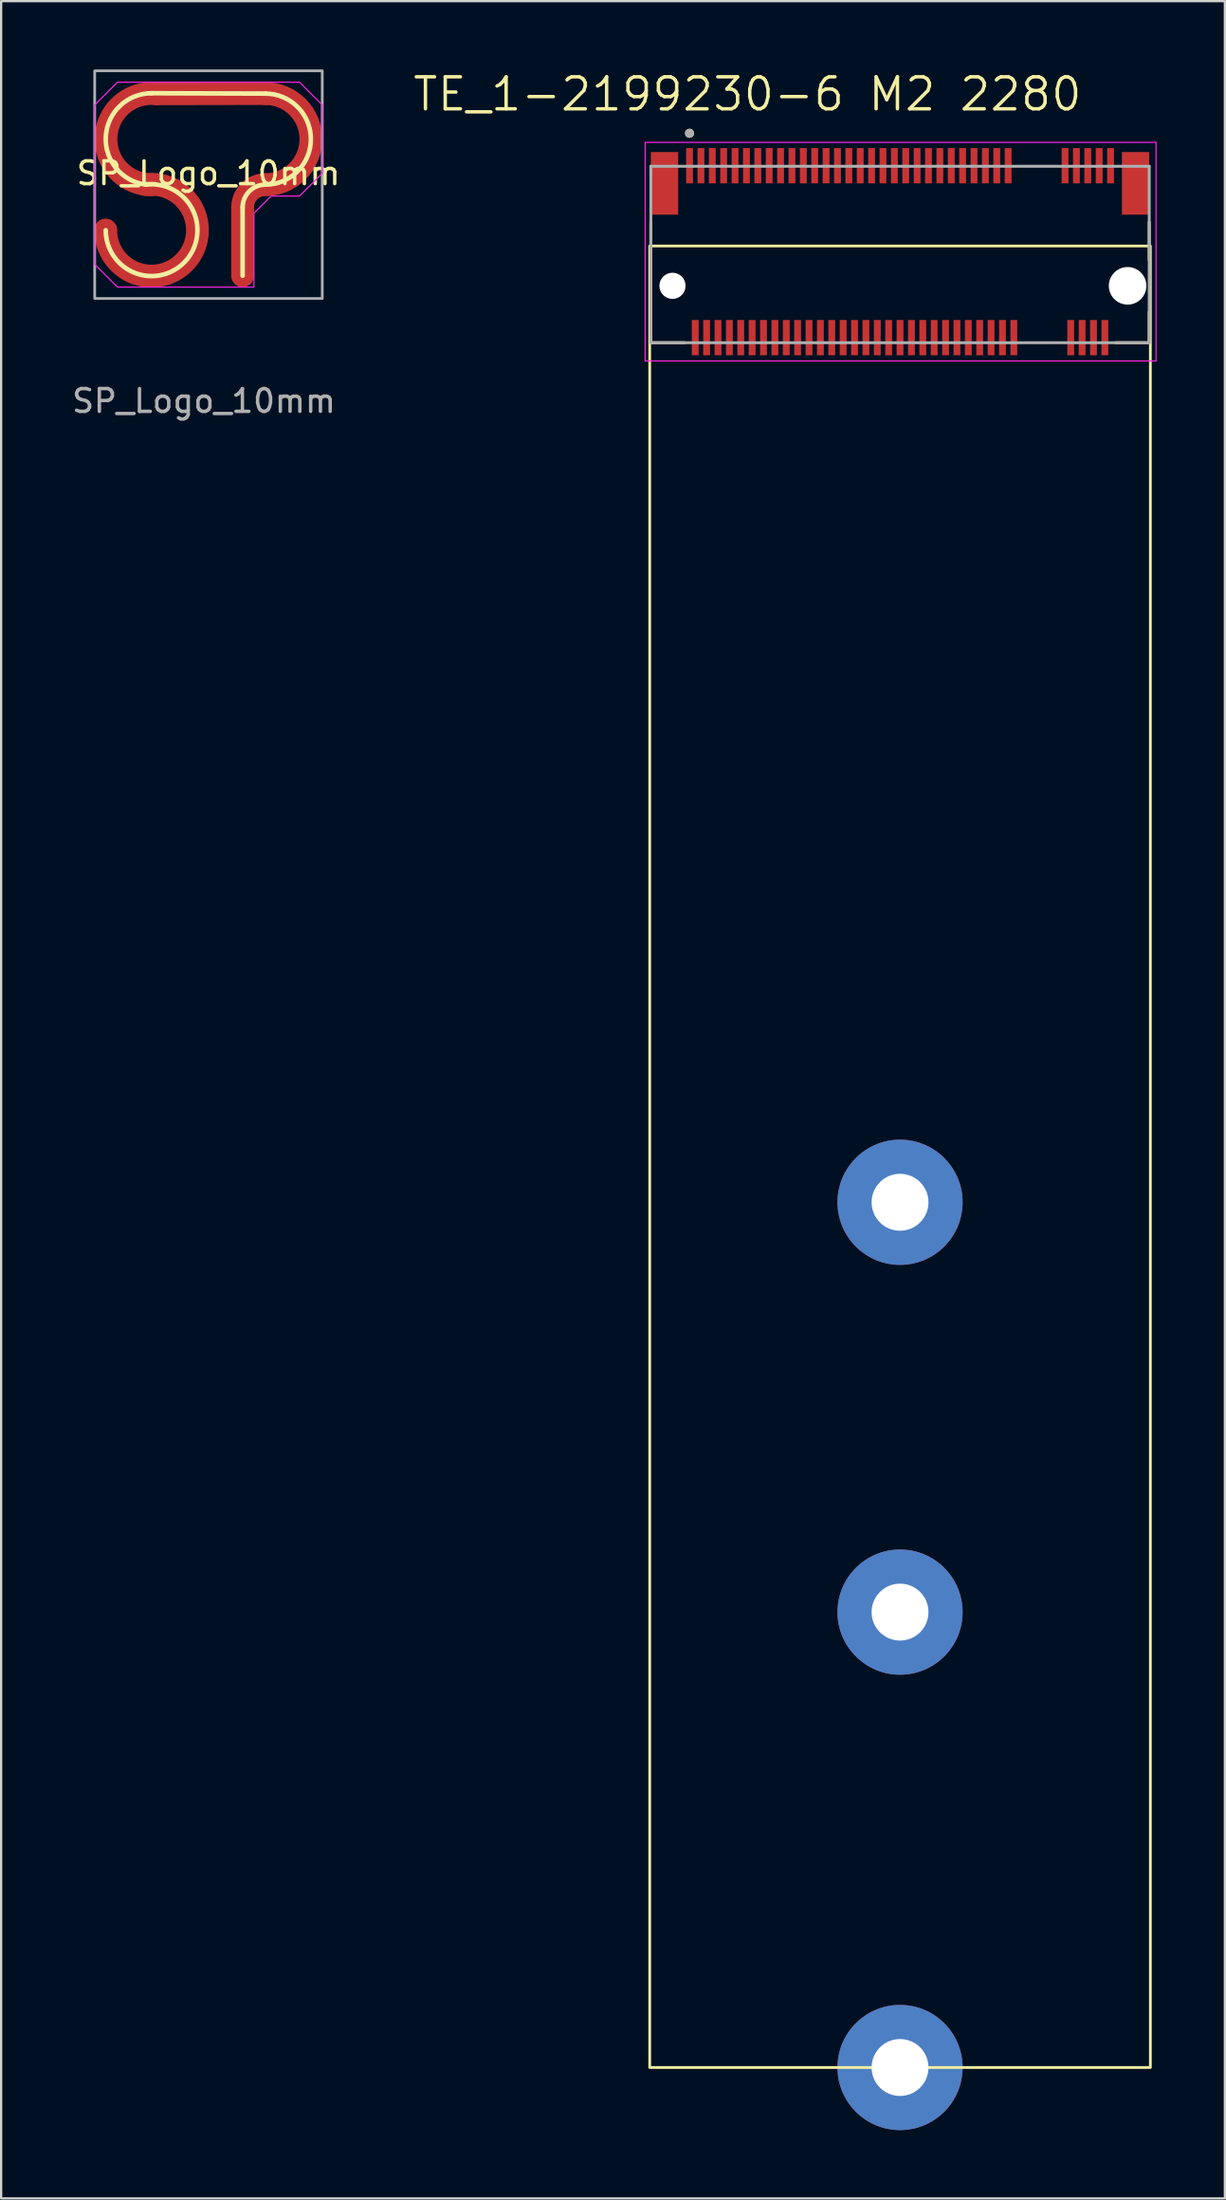
<source format=kicad_pcb>
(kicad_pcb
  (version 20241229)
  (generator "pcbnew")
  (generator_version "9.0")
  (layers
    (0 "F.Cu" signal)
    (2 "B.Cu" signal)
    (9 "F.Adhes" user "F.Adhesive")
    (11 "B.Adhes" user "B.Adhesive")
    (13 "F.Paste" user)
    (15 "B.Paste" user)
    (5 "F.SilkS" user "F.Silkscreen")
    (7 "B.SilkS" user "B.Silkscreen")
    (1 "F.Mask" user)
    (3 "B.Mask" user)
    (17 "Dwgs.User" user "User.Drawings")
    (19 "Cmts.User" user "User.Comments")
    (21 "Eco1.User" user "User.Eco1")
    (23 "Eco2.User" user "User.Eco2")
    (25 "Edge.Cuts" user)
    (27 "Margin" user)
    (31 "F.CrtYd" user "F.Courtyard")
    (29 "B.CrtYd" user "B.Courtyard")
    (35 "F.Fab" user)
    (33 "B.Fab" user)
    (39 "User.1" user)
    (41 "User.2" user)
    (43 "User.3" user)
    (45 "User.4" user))
  (footprint "TE_1-2199230-6 M2 2280"
    (layer "F.Cu")
    (at 36.5 9.503)
    (property "Reference" "TE_1-2199230-6 M2 2280" (at -6.705 -8.417 0) (layer "F.SilkS") (effects (font (size 1.405 1.405) (thickness 0.15))))
    (attr smd)
    (fp_line (start -10.95 2.5) (end -10.95 -2.805) (stroke (width 0.127) (type solid)) (layer "F.SilkS"))
    (fp_line (start -9.47 2.5) (end -10.95 2.5) (stroke (width 0.127) (type solid)) (layer "F.SilkS"))
    (fp_line (start 10.95 -2.805) (end 10.95 -1.145) (stroke (width 0.127) (type solid)) (layer "F.SilkS"))
    (fp_line (start 10.95 2.5) (end 9.47 2.5) (stroke (width 0.127) (type solid)) (layer "F.SilkS"))
    (fp_line (start 10.95 2.5) (end 10.95 1.145) (stroke (width 0.127) (type solid)) (layer "F.SilkS"))
    (fp_rect (start -11 -1.75) (end 11 78.25) (stroke (width 0.12) (type default)) (fill no) (layer "F.SilkS"))
    (fp_circle (center -9.25 -6.7) (end -9.15 -6.7) (stroke (width 0.2) (type solid)) (fill no) (layer "F.SilkS"))
    (fp_line (start -11.2 -6.3) (end -11.2 3.3) (stroke (width 0.05) (type solid)) (layer "F.CrtYd"))
    (fp_line (start -11.2 3.3) (end 11.25 3.3) (stroke (width 0.05) (type solid)) (layer "F.CrtYd"))
    (fp_line (start 11.25 -6.3) (end -11.2 -6.3) (stroke (width 0.05) (type solid)) (layer "F.CrtYd"))
    (fp_line (start 11.25 3.3) (end 11.25 -6.3) (stroke (width 0.05) (type solid)) (layer "F.CrtYd"))
    (fp_line (start -10.95 -5.25) (end 10.95 -5.25) (stroke (width 0.127) (type solid)) (layer "F.Fab"))
    (fp_line (start -10.95 2.5) (end -10.95 -5.25) (stroke (width 0.127) (type solid)) (layer "F.Fab"))
    (fp_line (start 10.95 -5.25) (end 10.95 2.5) (stroke (width 0.127) (type solid)) (layer "F.Fab"))
    (fp_line (start 10.95 2.5) (end -10.95 2.5) (stroke (width 0.127) (type solid)) (layer "F.Fab"))
    (fp_circle (center -9.25 -6.7) (end -9.15 -6.7) (stroke (width 0.2) (type solid)) (fill no) (layer "F.Fab"))
    (pad "" np_thru_hole circle (at -10 0) (size 1.15 1.15) (drill 1.15) (layers "*.Cu" "*.Mask"))
    (pad "" np_thru_hole circle (at 0 40.25) (size 5.5 5.5) (drill 2.5) (layers "*.Cu" "*.Mask"))
    (pad "" np_thru_hole circle (at 0 58.25) (size 5.5 5.5) (drill 2.5) (layers "*.Cu" "*.Mask"))
    (pad "" np_thru_hole circle (at 0 78.25) (size 5.5 5.5) (drill 2.5) (layers "*.Cu" "*.Mask"))
    (pad "" np_thru_hole circle (at 10 0) (size 1.65 1.65) (drill 1.65) (layers "*.Cu" "*.Mask"))
    (pad "1" smd rect (at -9.25 -5.275) (size 0.3 1.55) (layers "F.Cu" "F.Mask" "F.Paste"))
    (pad "2" smd rect (at -9 2.275) (size 0.3 1.55) (layers "F.Cu" "F.Mask" "F.Paste"))
    (pad "3" smd rect (at -8.75 -5.275) (size 0.3 1.55) (layers "F.Cu" "F.Mask" "F.Paste"))
    (pad "4" smd rect (at -8.5 2.275) (size 0.3 1.55) (layers "F.Cu" "F.Mask" "F.Paste"))
    (pad "5" smd rect (at -8.25 -5.275) (size 0.3 1.55) (layers "F.Cu" "F.Mask" "F.Paste"))
    (pad "6" smd rect (at -8 2.275) (size 0.3 1.55) (layers "F.Cu" "F.Mask" "F.Paste"))
    (pad "7" smd rect (at -7.75 -5.275) (size 0.3 1.55) (layers "F.Cu" "F.Mask" "F.Paste"))
    (pad "8" smd rect (at -7.5 2.275) (size 0.3 1.55) (layers "F.Cu" "F.Mask" "F.Paste"))
    (pad "9" smd rect (at -7.25 -5.275) (size 0.3 1.55) (layers "F.Cu" "F.Mask" "F.Paste"))
    (pad "10" smd rect (at -7 2.275) (size 0.3 1.55) (layers "F.Cu" "F.Mask" "F.Paste"))
    (pad "11" smd rect (at -6.75 -5.275) (size 0.3 1.55) (layers "F.Cu" "F.Mask" "F.Paste"))
    (pad "12" smd rect (at -6.5 2.275) (size 0.3 1.55) (layers "F.Cu" "F.Mask" "F.Paste"))
    (pad "13" smd rect (at -6.25 -5.275) (size 0.3 1.55) (layers "F.Cu" "F.Mask" "F.Paste"))
    (pad "14" smd rect (at -6 2.275) (size 0.3 1.55) (layers "F.Cu" "F.Mask" "F.Paste"))
    (pad "15" smd rect (at -5.75 -5.275) (size 0.3 1.55) (layers "F.Cu" "F.Mask" "F.Paste"))
    (pad "16" smd rect (at -5.5 2.275) (size 0.3 1.55) (layers "F.Cu" "F.Mask" "F.Paste"))
    (pad "17" smd rect (at -5.25 -5.275) (size 0.3 1.55) (layers "F.Cu" "F.Mask" "F.Paste"))
    (pad "18" smd rect (at -5 2.275) (size 0.3 1.55) (layers "F.Cu" "F.Mask" "F.Paste"))
    (pad "19" smd rect (at -4.75 -5.275) (size 0.3 1.55) (layers "F.Cu" "F.Mask" "F.Paste"))
    (pad "20" smd rect (at -4.5 2.275) (size 0.3 1.55) (layers "F.Cu" "F.Mask" "F.Paste"))
    (pad "21" smd rect (at -4.25 -5.275) (size 0.3 1.55) (layers "F.Cu" "F.Mask" "F.Paste"))
    (pad "22" smd rect (at -4 2.275) (size 0.3 1.55) (layers "F.Cu" "F.Mask" "F.Paste"))
    (pad "23" smd rect (at -3.75 -5.275) (size 0.3 1.55) (layers "F.Cu" "F.Mask" "F.Paste"))
    (pad "24" smd rect (at -3.5 2.275) (size 0.3 1.55) (layers "F.Cu" "F.Mask" "F.Paste"))
    (pad "25" smd rect (at -3.25 -5.275) (size 0.3 1.55) (layers "F.Cu" "F.Mask" "F.Paste"))
    (pad "26" smd rect (at -3 2.275) (size 0.3 1.55) (layers "F.Cu" "F.Mask" "F.Paste"))
    (pad "27" smd rect (at -2.75 -5.275) (size 0.3 1.55) (layers "F.Cu" "F.Mask" "F.Paste"))
    (pad "28" smd rect (at -2.5 2.275) (size 0.3 1.55) (layers "F.Cu" "F.Mask" "F.Paste"))
    (pad "29" smd rect (at -2.25 -5.275) (size 0.3 1.55) (layers "F.Cu" "F.Mask" "F.Paste"))
    (pad "30" smd rect (at -2 2.275) (size 0.3 1.55) (layers "F.Cu" "F.Mask" "F.Paste"))
    (pad "31" smd rect (at -1.75 -5.275) (size 0.3 1.55) (layers "F.Cu" "F.Mask" "F.Paste"))
    (pad "32" smd rect (at -1.5 2.275) (size 0.3 1.55) (layers "F.Cu" "F.Mask" "F.Paste"))
    (pad "33" smd rect (at -1.25 -5.275) (size 0.3 1.55) (layers "F.Cu" "F.Mask" "F.Paste"))
    (pad "34" smd rect (at -1 2.275) (size 0.3 1.55) (layers "F.Cu" "F.Mask" "F.Paste"))
    (pad "35" smd rect (at -0.75 -5.275) (size 0.3 1.55) (layers "F.Cu" "F.Mask" "F.Paste"))
    (pad "36" smd rect (at -0.5 2.275) (size 0.3 1.55) (layers "F.Cu" "F.Mask" "F.Paste"))
    (pad "37" smd rect (at -0.25 -5.275) (size 0.3 1.55) (layers "F.Cu" "F.Mask" "F.Paste"))
    (pad "38" smd rect (at 0 2.275) (size 0.3 1.55) (layers "F.Cu" "F.Mask" "F.Paste"))
    (pad "39" smd rect (at 0.25 -5.275) (size 0.3 1.55) (layers "F.Cu" "F.Mask" "F.Paste"))
    (pad "40" smd rect (at 0.5 2.275) (size 0.3 1.55) (layers "F.Cu" "F.Mask" "F.Paste"))
    (pad "41" smd rect (at 0.75 -5.275) (size 0.3 1.55) (layers "F.Cu" "F.Mask" "F.Paste"))
    (pad "42" smd rect (at 1 2.275) (size 0.3 1.55) (layers "F.Cu" "F.Mask" "F.Paste"))
    (pad "43" smd rect (at 1.25 -5.275) (size 0.3 1.55) (layers "F.Cu" "F.Mask" "F.Paste"))
    (pad "44" smd rect (at 1.5 2.275) (size 0.3 1.55) (layers "F.Cu" "F.Mask" "F.Paste"))
    (pad "45" smd rect (at 1.75 -5.275) (size 0.3 1.55) (layers "F.Cu" "F.Mask" "F.Paste"))
    (pad "46" smd rect (at 2 2.275) (size 0.3 1.55) (layers "F.Cu" "F.Mask" "F.Paste"))
    (pad "47" smd rect (at 2.25 -5.275) (size 0.3 1.55) (layers "F.Cu" "F.Mask" "F.Paste"))
    (pad "48" smd rect (at 2.5 2.275) (size 0.3 1.55) (layers "F.Cu" "F.Mask" "F.Paste"))
    (pad "49" smd rect (at 2.75 -5.275) (size 0.3 1.55) (layers "F.Cu" "F.Mask" "F.Paste"))
    (pad "50" smd rect (at 3 2.275) (size 0.3 1.55) (layers "F.Cu" "F.Mask" "F.Paste"))
    (pad "51" smd rect (at 3.25 -5.275) (size 0.3 1.55) (layers "F.Cu" "F.Mask" "F.Paste"))
    (pad "52" smd rect (at 3.5 2.275) (size 0.3 1.55) (layers "F.Cu" "F.Mask" "F.Paste"))
    (pad "53" smd rect (at 3.75 -5.275) (size 0.3 1.55) (layers "F.Cu" "F.Mask" "F.Paste"))
    (pad "54" smd rect (at 4 2.275) (size 0.3 1.55) (layers "F.Cu" "F.Mask" "F.Paste"))
    (pad "55" smd rect (at 4.25 -5.275) (size 0.3 1.55) (layers "F.Cu" "F.Mask" "F.Paste"))
    (pad "56" smd rect (at 4.5 2.275) (size 0.3 1.55) (layers "F.Cu" "F.Mask" "F.Paste"))
    (pad "57" smd rect (at 4.75 -5.275) (size 0.3 1.55) (layers "F.Cu" "F.Mask" "F.Paste"))
    (pad "58" smd rect (at 5 2.275) (size 0.3 1.55) (layers "F.Cu" "F.Mask" "F.Paste"))
    (pad "67" smd rect (at 7.25 -5.275) (size 0.3 1.55) (layers "F.Cu" "F.Mask" "F.Paste"))
    (pad "68" smd rect (at 7.5 2.275) (size 0.3 1.55) (layers "F.Cu" "F.Mask" "F.Paste"))
    (pad "69" smd rect (at 7.75 -5.275) (size 0.3 1.55) (layers "F.Cu" "F.Mask" "F.Paste"))
    (pad "70" smd rect (at 8 2.275) (size 0.3 1.55) (layers "F.Cu" "F.Mask" "F.Paste"))
    (pad "71" smd rect (at 8.25 -5.275) (size 0.3 1.55) (layers "F.Cu" "F.Mask" "F.Paste"))
    (pad "72" smd rect (at 8.5 2.275) (size 0.3 1.55) (layers "F.Cu" "F.Mask" "F.Paste"))
    (pad "73" smd rect (at 8.75 -5.275) (size 0.3 1.55) (layers "F.Cu" "F.Mask" "F.Paste"))
    (pad "74" smd rect (at 9 2.275) (size 0.3 1.55) (layers "F.Cu" "F.Mask" "F.Paste"))
    (pad "75" smd rect (at 9.25 -5.275) (size 0.3 1.55) (layers "F.Cu" "F.Mask" "F.Paste"))
    (pad "S1" smd rect (at -10.35 -4.5) (size 1.2 2.75) (layers "F.Cu" "F.Mask" "F.Paste"))
    (pad "S2" smd rect (at 10.35 -4.5) (size 1.2 2.75) (layers "F.Cu" "F.Mask" "F.Paste")))
  (footprint "SP_Logo_10mm"
    (layer "F.Cu")
    (at 6.111 5.06)
    (property "Reference" "SP_Logo_10mm" (at 0 -0.5 0) (unlocked yes) (layer "F.SilkS") (effects (font (size 1 1) (thickness 0.15))))
    (attr smd board_only)
    (fp_line (start -2.279 -3.992) (end 2.5 -4) (stroke (width 1) (type default)) (layer "F.Cu"))
    (fp_line (start 1.5 1) (end 1.5 4) (stroke (width 1) (type default)) (layer "F.Cu"))
    (fp_arc (start -2.749998 0.000002) (mid -0.988978 3.333905) (end -4.515562 2) (stroke (width 1) (type default)) (layer "F.Cu"))
    (fp_arc (start -2.5 0.003914) (mid -4.500848 -2.110818) (end -2.278704 -3.991657) (stroke (width 1) (type default)) (layer "F.Cu"))
    (fp_arc (start 1.5 1) (mid 1.792894 0.292894) (end 2.5 0) (stroke (width 1) (type default)) (layer "F.Cu"))
    (fp_arc (start 2.5 -4) (mid 4.5 -2) (end 2.5 0) (stroke (width 1) (type default)) (layer "F.Cu"))
    (fp_line (start -2.5 -3.508) (end 2.5 -3.492) (stroke (width 0.3) (type default)) (layer "F.Mask"))
    (fp_line (start -2.389 -4.496) (end 2.389 -4.504) (stroke (width 0.3) (type default)) (layer "F.Mask"))
    (fp_line (start 1 1) (end 1 4) (stroke (width 0.3) (type default)) (layer "F.Mask"))
    (fp_line (start 2 1) (end 2 4) (stroke (width 0.3) (type default)) (layer "F.Mask"))
    (fp_arc (start -5.015562 2.000074) (mid -4.515599 1.5) (end -4.015562 2) (stroke (width 0.3) (type default)) (layer "F.Mask"))
    (fp_arc (start -2.75 -0.499999) (mid -0.63713 3.685881) (end -5.012472 2) (stroke (width 0.3) (type default)) (layer "F.Mask"))
    (fp_arc (start -2.686052 0.511585) (mid -1.375489 2.992701) (end -4 2) (stroke (width 0.3) (type default)) (layer "F.Mask"))
    (fp_arc (start -2.686051 -0.511583) (mid -3.997102 -2.093206) (end -2.5 -3.5) (stroke (width 0.3) (type default)) (layer "F.Mask"))
    (fp_arc (start -2.5 0.512469) (mid -5.008623 -2.138941) (end -2.222543 -4.497102) (stroke (width 0.3) (type default)) (layer "F.Mask"))
    (fp_arc (start 0.999998 1) (mid 1.439339 -0.06066) (end 2.5 -0.5) (stroke (width 0.3) (type default)) (layer "F.Mask"))
    (fp_arc (start 1.999998 1) (mid 2.146445 0.646446) (end 2.5 0.5) (stroke (width 0.3) (type default)) (layer "F.Mask"))
    (fp_arc (start 1.999999 4) (mid 1.508673 4.499924) (end 1.000302 4.017343) (stroke (width 0.3) (type default)) (layer "F.Mask"))
    (fp_arc (start 2.5 -4.5) (mid 5 -2) (end 2.5 0.5) (stroke (width 0.3) (type default)) (layer "F.Mask"))
    (fp_arc (start 2.5 -3.5) (mid 4 -2) (end 2.5 -0.5) (stroke (width 0.3) (type default)) (layer "F.Mask"))
    (fp_line (start -2.5 -4.016) (end 2.5 -4) (stroke (width 0.2) (type default)) (layer "F.SilkS"))
    (fp_line (start 1.5 1) (end 1.5 4) (stroke (width 0.2) (type default)) (layer "F.SilkS"))
    (fp_arc (start -2.749998 0.000002) (mid -0.98898 3.333905) (end -4.515562 2) (stroke (width 0.2) (type default)) (layer "F.SilkS"))
    (fp_arc (start -2.749998 0.000002) (mid -4.511671 -2.125241) (end -2.5 -4.015566) (stroke (width 0.2) (type default)) (layer "F.SilkS"))
    (fp_arc (start 1.5 1) (mid 1.792893 0.292894) (end 2.5 0) (stroke (width 0.2) (type default)) (layer "F.SilkS"))
    (fp_arc (start 2.5 -4) (mid 4.5 -2) (end 2.5 0) (stroke (width 0.2) (type default)) (layer "F.SilkS"))
    (fp_poly (pts (xy 2 4.5) (xy 2 1.25) (xy 2.75 0.5) (xy 4 0.5) (xy 5 -0.5) (xy 5 -3.5) (xy 4 -4.5) (xy -4 -4.5) (xy -5 -3.5) (xy -5 3.5) (xy -4 4.5)) (stroke (width 0.05) (type solid)) (fill no) (layer "F.CrtYd"))
    (fp_rect (start -5 -5) (end 5 5) (stroke (width 0.12) (type default)) (fill no) (layer "F.Fab"))
    (fp_text user "${REFERENCE}" (at -0.2 9.5 0) (unlocked yes) (layer "F.Fab") (effects (font (size 1 1) (thickness 0.15))))
    (pad "0" smd circle (at -4.516 2) (size 1 1) (layers "F.Cu")))
  (gr_rect
    (start -3 -3)
    (end 50.775 93.503)
    (stroke (width 0.1) (type default))
    (fill no)
    (layer "Edge.Cuts")))
</source>
